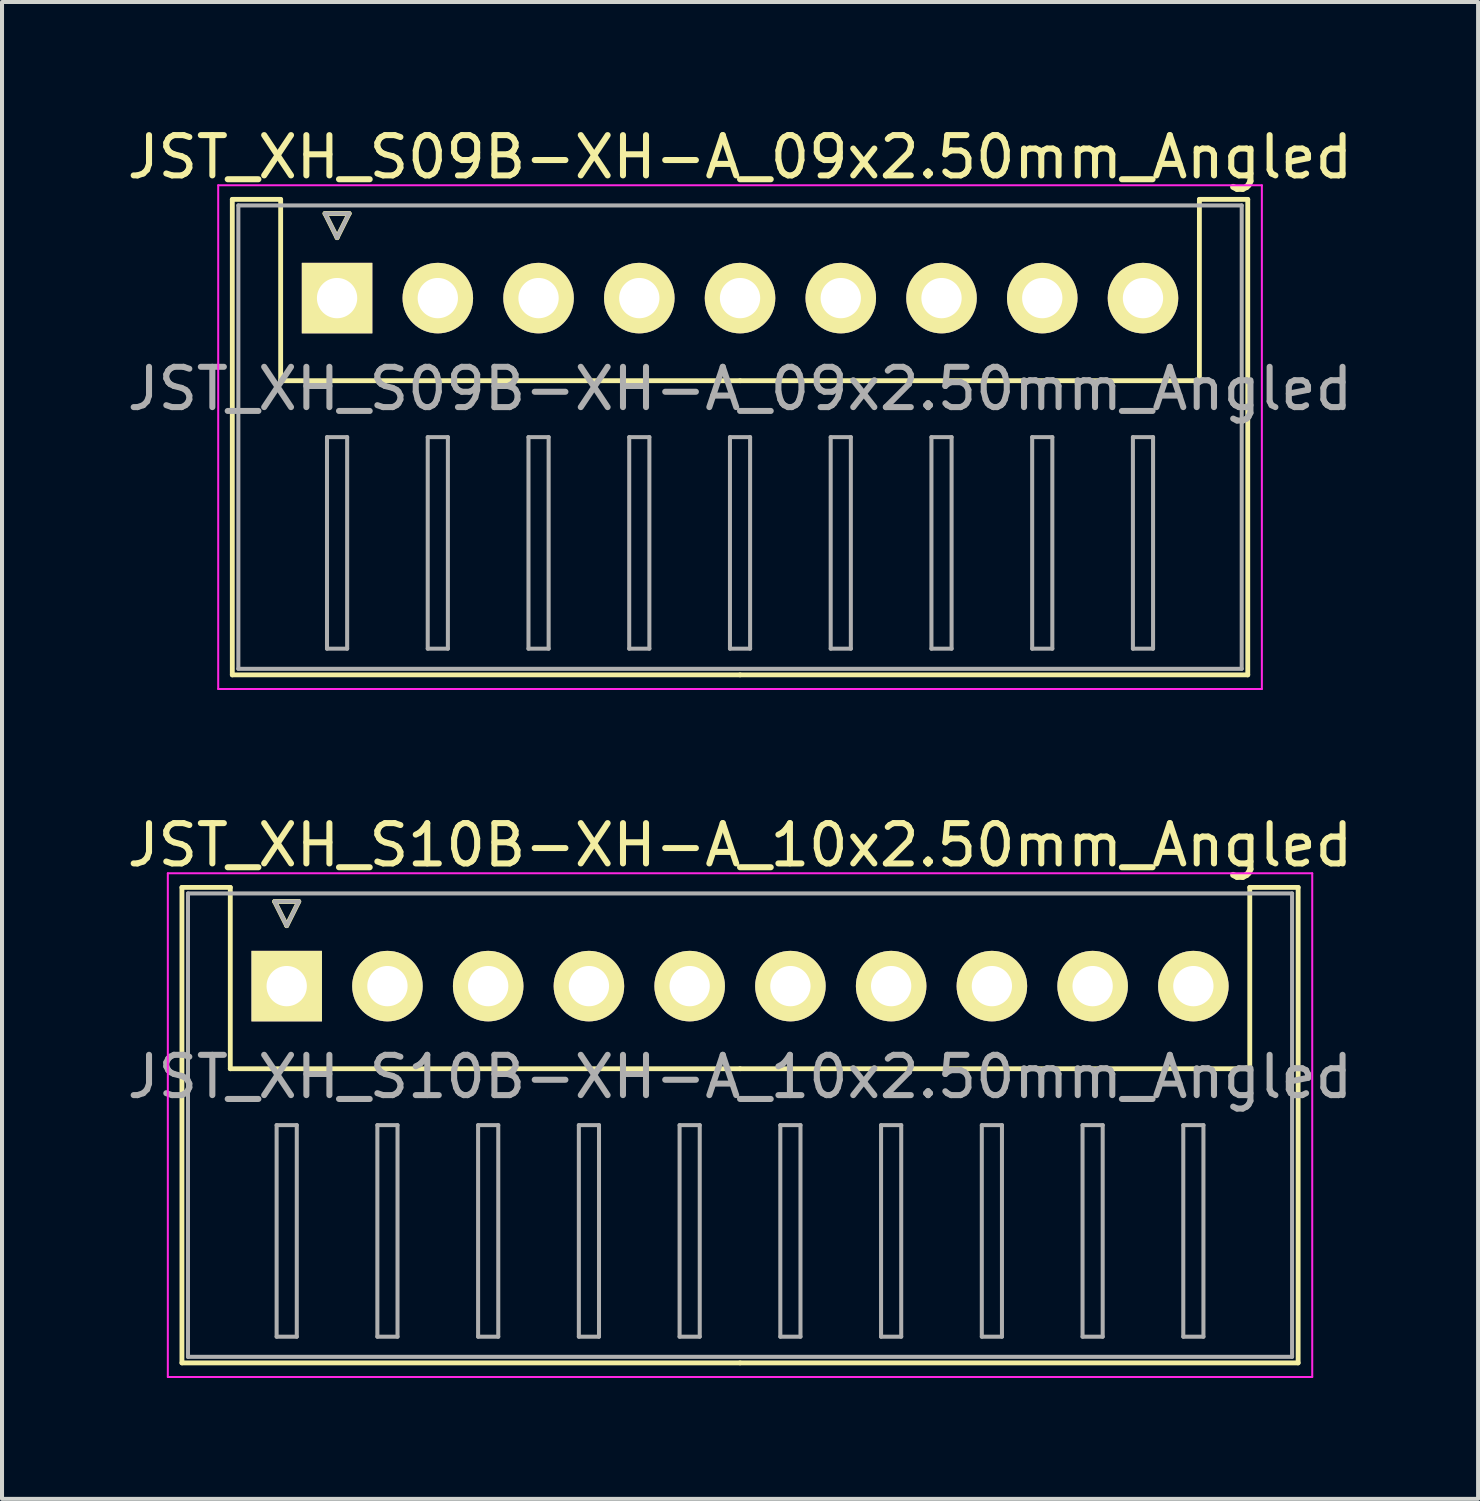
<source format=kicad_pcb>
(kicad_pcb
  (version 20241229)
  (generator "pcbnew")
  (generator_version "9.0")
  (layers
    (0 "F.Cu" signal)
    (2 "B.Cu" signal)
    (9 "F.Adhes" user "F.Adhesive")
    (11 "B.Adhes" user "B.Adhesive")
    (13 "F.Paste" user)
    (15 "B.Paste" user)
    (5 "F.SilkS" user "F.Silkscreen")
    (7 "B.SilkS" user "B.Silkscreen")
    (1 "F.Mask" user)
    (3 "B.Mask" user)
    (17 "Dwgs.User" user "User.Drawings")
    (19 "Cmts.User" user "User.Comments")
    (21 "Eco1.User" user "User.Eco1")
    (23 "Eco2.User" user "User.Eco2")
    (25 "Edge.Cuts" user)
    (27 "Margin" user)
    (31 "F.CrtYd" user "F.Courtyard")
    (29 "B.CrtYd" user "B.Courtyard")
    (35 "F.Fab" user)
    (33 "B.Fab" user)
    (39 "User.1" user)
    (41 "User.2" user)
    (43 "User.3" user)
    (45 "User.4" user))
  (footprint "JST_XH_S10B-XH-A_10x2.50mm_Angled"
    (layer "F.Cu")
    (at 4.065 21.422)
    (property "Reference" "JST_XH_S10B-XH-A_10x2.50mm_Angled" (at 11.25 -3.5 0) (layer "F.SilkS") (effects (font (size 1 1) (thickness 0.15))))
    (attr through_hole)
    (fp_line (start -2.6 -2.45) (end -1.4 -2.45) (stroke (width 0.12) (type solid)) (layer "F.SilkS"))
    (fp_line (start -2.6 9.35) (end -2.6 -2.45) (stroke (width 0.12) (type solid)) (layer "F.SilkS"))
    (fp_line (start -1.4 -2.45) (end -1.4 2.05) (stroke (width 0.12) (type solid)) (layer "F.SilkS"))
    (fp_line (start -1.4 2.05) (end 11.25 2.05) (stroke (width 0.12) (type solid)) (layer "F.SilkS"))
    (fp_line (start -0.3 -2.1) (end 0.3 -2.1) (stroke (width 0.12) (type solid)) (layer "F.SilkS"))
    (fp_line (start 0 -1.5) (end -0.3 -2.1) (stroke (width 0.12) (type solid)) (layer "F.SilkS"))
    (fp_line (start 0.3 -2.1) (end 0 -1.5) (stroke (width 0.12) (type solid)) (layer "F.SilkS"))
    (fp_line (start 11.25 9.35) (end -2.6 9.35) (stroke (width 0.12) (type solid)) (layer "F.SilkS"))
    (fp_line (start 11.25 9.35) (end 25.1 9.35) (stroke (width 0.12) (type solid)) (layer "F.SilkS"))
    (fp_line (start 23.9 -2.45) (end 23.9 2.05) (stroke (width 0.12) (type solid)) (layer "F.SilkS"))
    (fp_line (start 23.9 2.05) (end 11.25 2.05) (stroke (width 0.12) (type solid)) (layer "F.SilkS"))
    (fp_line (start 25.1 -2.45) (end 23.9 -2.45) (stroke (width 0.12) (type solid)) (layer "F.SilkS"))
    (fp_line (start 25.1 9.35) (end 25.1 -2.45) (stroke (width 0.12) (type solid)) (layer "F.SilkS"))
    (fp_line (start -2.95 -2.8) (end -2.95 9.7) (stroke (width 0.05) (type solid)) (layer "F.CrtYd"))
    (fp_line (start -2.95 9.7) (end 25.45 9.7) (stroke (width 0.05) (type solid)) (layer "F.CrtYd"))
    (fp_line (start 25.45 -2.8) (end -2.95 -2.8) (stroke (width 0.05) (type solid)) (layer "F.CrtYd"))
    (fp_line (start 25.45 9.7) (end 25.45 -2.8) (stroke (width 0.05) (type solid)) (layer "F.CrtYd"))
    (fp_line (start -2.45 -2.3) (end -2.45 9.2) (stroke (width 0.1) (type solid)) (layer "F.Fab"))
    (fp_line (start -2.45 9.2) (end 24.95 9.2) (stroke (width 0.1) (type solid)) (layer "F.Fab"))
    (fp_line (start -0.3 -2.1) (end 0.3 -2.1) (stroke (width 0.1) (type solid)) (layer "F.Fab"))
    (fp_line (start -0.25 3.45) (end -0.25 8.7) (stroke (width 0.1) (type solid)) (layer "F.Fab"))
    (fp_line (start -0.25 8.7) (end 0.25 8.7) (stroke (width 0.1) (type solid)) (layer "F.Fab"))
    (fp_line (start 0 -1.5) (end -0.3 -2.1) (stroke (width 0.1) (type solid)) (layer "F.Fab"))
    (fp_line (start 0.25 3.45) (end -0.25 3.45) (stroke (width 0.1) (type solid)) (layer "F.Fab"))
    (fp_line (start 0.25 8.7) (end 0.25 3.45) (stroke (width 0.1) (type solid)) (layer "F.Fab"))
    (fp_line (start 0.3 -2.1) (end 0 -1.5) (stroke (width 0.1) (type solid)) (layer "F.Fab"))
    (fp_line (start 2.25 3.45) (end 2.25 8.7) (stroke (width 0.1) (type solid)) (layer "F.Fab"))
    (fp_line (start 2.25 8.7) (end 2.75 8.7) (stroke (width 0.1) (type solid)) (layer "F.Fab"))
    (fp_line (start 2.75 3.45) (end 2.25 3.45) (stroke (width 0.1) (type solid)) (layer "F.Fab"))
    (fp_line (start 2.75 8.7) (end 2.75 3.45) (stroke (width 0.1) (type solid)) (layer "F.Fab"))
    (fp_line (start 4.75 3.45) (end 4.75 8.7) (stroke (width 0.1) (type solid)) (layer "F.Fab"))
    (fp_line (start 4.75 8.7) (end 5.25 8.7) (stroke (width 0.1) (type solid)) (layer "F.Fab"))
    (fp_line (start 5.25 3.45) (end 4.75 3.45) (stroke (width 0.1) (type solid)) (layer "F.Fab"))
    (fp_line (start 5.25 8.7) (end 5.25 3.45) (stroke (width 0.1) (type solid)) (layer "F.Fab"))
    (fp_line (start 7.25 3.45) (end 7.25 8.7) (stroke (width 0.1) (type solid)) (layer "F.Fab"))
    (fp_line (start 7.25 8.7) (end 7.75 8.7) (stroke (width 0.1) (type solid)) (layer "F.Fab"))
    (fp_line (start 7.75 3.45) (end 7.25 3.45) (stroke (width 0.1) (type solid)) (layer "F.Fab"))
    (fp_line (start 7.75 8.7) (end 7.75 3.45) (stroke (width 0.1) (type solid)) (layer "F.Fab"))
    (fp_line (start 9.75 3.45) (end 9.75 8.7) (stroke (width 0.1) (type solid)) (layer "F.Fab"))
    (fp_line (start 9.75 8.7) (end 10.25 8.7) (stroke (width 0.1) (type solid)) (layer "F.Fab"))
    (fp_line (start 10.25 3.45) (end 9.75 3.45) (stroke (width 0.1) (type solid)) (layer "F.Fab"))
    (fp_line (start 10.25 8.7) (end 10.25 3.45) (stroke (width 0.1) (type solid)) (layer "F.Fab"))
    (fp_line (start 12.25 3.45) (end 12.25 8.7) (stroke (width 0.1) (type solid)) (layer "F.Fab"))
    (fp_line (start 12.25 8.7) (end 12.75 8.7) (stroke (width 0.1) (type solid)) (layer "F.Fab"))
    (fp_line (start 12.75 3.45) (end 12.25 3.45) (stroke (width 0.1) (type solid)) (layer "F.Fab"))
    (fp_line (start 12.75 8.7) (end 12.75 3.45) (stroke (width 0.1) (type solid)) (layer "F.Fab"))
    (fp_line (start 14.75 3.45) (end 14.75 8.7) (stroke (width 0.1) (type solid)) (layer "F.Fab"))
    (fp_line (start 14.75 8.7) (end 15.25 8.7) (stroke (width 0.1) (type solid)) (layer "F.Fab"))
    (fp_line (start 15.25 3.45) (end 14.75 3.45) (stroke (width 0.1) (type solid)) (layer "F.Fab"))
    (fp_line (start 15.25 8.7) (end 15.25 3.45) (stroke (width 0.1) (type solid)) (layer "F.Fab"))
    (fp_line (start 17.25 3.45) (end 17.25 8.7) (stroke (width 0.1) (type solid)) (layer "F.Fab"))
    (fp_line (start 17.25 8.7) (end 17.75 8.7) (stroke (width 0.1) (type solid)) (layer "F.Fab"))
    (fp_line (start 17.75 3.45) (end 17.25 3.45) (stroke (width 0.1) (type solid)) (layer "F.Fab"))
    (fp_line (start 17.75 8.7) (end 17.75 3.45) (stroke (width 0.1) (type solid)) (layer "F.Fab"))
    (fp_line (start 19.75 3.45) (end 19.75 8.7) (stroke (width 0.1) (type solid)) (layer "F.Fab"))
    (fp_line (start 19.75 8.7) (end 20.25 8.7) (stroke (width 0.1) (type solid)) (layer "F.Fab"))
    (fp_line (start 20.25 3.45) (end 19.75 3.45) (stroke (width 0.1) (type solid)) (layer "F.Fab"))
    (fp_line (start 20.25 8.7) (end 20.25 3.45) (stroke (width 0.1) (type solid)) (layer "F.Fab"))
    (fp_line (start 22.25 3.45) (end 22.25 8.7) (stroke (width 0.1) (type solid)) (layer "F.Fab"))
    (fp_line (start 22.25 8.7) (end 22.75 8.7) (stroke (width 0.1) (type solid)) (layer "F.Fab"))
    (fp_line (start 22.75 3.45) (end 22.25 3.45) (stroke (width 0.1) (type solid)) (layer "F.Fab"))
    (fp_line (start 22.75 8.7) (end 22.75 3.45) (stroke (width 0.1) (type solid)) (layer "F.Fab"))
    (fp_line (start 24.95 -2.3) (end -2.45 -2.3) (stroke (width 0.1) (type solid)) (layer "F.Fab"))
    (fp_line (start 24.95 9.2) (end 24.95 -2.3) (stroke (width 0.1) (type solid)) (layer "F.Fab"))
    (fp_text user "${REFERENCE}" (at 11.25 2.25 0) (layer "F.Fab") (effects (font (size 1 1) (thickness 0.15))))
    (pad "1" thru_hole rect (at 0 0) (size 1.75 1.75) (drill 1) (layers "*.Cu" "*.Mask" "F.SilkS"))
    (pad "2" thru_hole circle (at 2.5 0) (size 1.75 1.75) (drill 1) (layers "*.Cu" "*.Mask" "F.SilkS"))
    (pad "3" thru_hole circle (at 5 0) (size 1.75 1.75) (drill 1) (layers "*.Cu" "*.Mask" "F.SilkS"))
    (pad "4" thru_hole circle (at 7.5 0) (size 1.75 1.75) (drill 1) (layers "*.Cu" "*.Mask" "F.SilkS"))
    (pad "5" thru_hole circle (at 10 0) (size 1.75 1.75) (drill 1) (layers "*.Cu" "*.Mask" "F.SilkS"))
    (pad "6" thru_hole circle (at 12.5 0) (size 1.75 1.75) (drill 1) (layers "*.Cu" "*.Mask" "F.SilkS"))
    (pad "7" thru_hole circle (at 15 0) (size 1.75 1.75) (drill 1) (layers "*.Cu" "*.Mask" "F.SilkS"))
    (pad "8" thru_hole circle (at 17.5 0) (size 1.75 1.75) (drill 1) (layers "*.Cu" "*.Mask" "F.SilkS"))
    (pad "9" thru_hole circle (at 20 0) (size 1.75 1.75) (drill 1) (layers "*.Cu" "*.Mask" "F.SilkS"))
    (pad "10" thru_hole circle (at 22.5 0) (size 1.75 1.75) (drill 1) (layers "*.Cu" "*.Mask" "F.SilkS")))
  (footprint "JST_XH_S09B-XH-A_09x2.50mm_Angled"
    (layer "F.Cu")
    (at 5.315 4.348)
    (property "Reference" "JST_XH_S09B-XH-A_09x2.50mm_Angled" (at 10 -3.5 0) (layer "F.SilkS") (effects (font (size 1 1) (thickness 0.15))))
    (attr through_hole)
    (fp_line (start -2.6 -2.45) (end -1.4 -2.45) (stroke (width 0.12) (type solid)) (layer "F.SilkS"))
    (fp_line (start -2.6 9.35) (end -2.6 -2.45) (stroke (width 0.12) (type solid)) (layer "F.SilkS"))
    (fp_line (start -1.4 -2.45) (end -1.4 2.05) (stroke (width 0.12) (type solid)) (layer "F.SilkS"))
    (fp_line (start -1.4 2.05) (end 10 2.05) (stroke (width 0.12) (type solid)) (layer "F.SilkS"))
    (fp_line (start -0.3 -2.1) (end 0.3 -2.1) (stroke (width 0.12) (type solid)) (layer "F.SilkS"))
    (fp_line (start 0 -1.5) (end -0.3 -2.1) (stroke (width 0.12) (type solid)) (layer "F.SilkS"))
    (fp_line (start 0.3 -2.1) (end 0 -1.5) (stroke (width 0.12) (type solid)) (layer "F.SilkS"))
    (fp_line (start 10 9.35) (end -2.6 9.35) (stroke (width 0.12) (type solid)) (layer "F.SilkS"))
    (fp_line (start 10 9.35) (end 22.6 9.35) (stroke (width 0.12) (type solid)) (layer "F.SilkS"))
    (fp_line (start 21.4 -2.45) (end 21.4 2.05) (stroke (width 0.12) (type solid)) (layer "F.SilkS"))
    (fp_line (start 21.4 2.05) (end 10 2.05) (stroke (width 0.12) (type solid)) (layer "F.SilkS"))
    (fp_line (start 22.6 -2.45) (end 21.4 -2.45) (stroke (width 0.12) (type solid)) (layer "F.SilkS"))
    (fp_line (start 22.6 9.35) (end 22.6 -2.45) (stroke (width 0.12) (type solid)) (layer "F.SilkS"))
    (fp_line (start -2.95 -2.8) (end -2.95 9.7) (stroke (width 0.05) (type solid)) (layer "F.CrtYd"))
    (fp_line (start -2.95 9.7) (end 22.95 9.7) (stroke (width 0.05) (type solid)) (layer "F.CrtYd"))
    (fp_line (start 22.95 -2.8) (end -2.95 -2.8) (stroke (width 0.05) (type solid)) (layer "F.CrtYd"))
    (fp_line (start 22.95 9.7) (end 22.95 -2.8) (stroke (width 0.05) (type solid)) (layer "F.CrtYd"))
    (fp_line (start -2.45 -2.3) (end -2.45 9.2) (stroke (width 0.1) (type solid)) (layer "F.Fab"))
    (fp_line (start -2.45 9.2) (end 22.45 9.2) (stroke (width 0.1) (type solid)) (layer "F.Fab"))
    (fp_line (start -0.3 -2.1) (end 0.3 -2.1) (stroke (width 0.1) (type solid)) (layer "F.Fab"))
    (fp_line (start -0.25 3.45) (end -0.25 8.7) (stroke (width 0.1) (type solid)) (layer "F.Fab"))
    (fp_line (start -0.25 8.7) (end 0.25 8.7) (stroke (width 0.1) (type solid)) (layer "F.Fab"))
    (fp_line (start 0 -1.5) (end -0.3 -2.1) (stroke (width 0.1) (type solid)) (layer "F.Fab"))
    (fp_line (start 0.25 3.45) (end -0.25 3.45) (stroke (width 0.1) (type solid)) (layer "F.Fab"))
    (fp_line (start 0.25 8.7) (end 0.25 3.45) (stroke (width 0.1) (type solid)) (layer "F.Fab"))
    (fp_line (start 0.3 -2.1) (end 0 -1.5) (stroke (width 0.1) (type solid)) (layer "F.Fab"))
    (fp_line (start 2.25 3.45) (end 2.25 8.7) (stroke (width 0.1) (type solid)) (layer "F.Fab"))
    (fp_line (start 2.25 8.7) (end 2.75 8.7) (stroke (width 0.1) (type solid)) (layer "F.Fab"))
    (fp_line (start 2.75 3.45) (end 2.25 3.45) (stroke (width 0.1) (type solid)) (layer "F.Fab"))
    (fp_line (start 2.75 8.7) (end 2.75 3.45) (stroke (width 0.1) (type solid)) (layer "F.Fab"))
    (fp_line (start 4.75 3.45) (end 4.75 8.7) (stroke (width 0.1) (type solid)) (layer "F.Fab"))
    (fp_line (start 4.75 8.7) (end 5.25 8.7) (stroke (width 0.1) (type solid)) (layer "F.Fab"))
    (fp_line (start 5.25 3.45) (end 4.75 3.45) (stroke (width 0.1) (type solid)) (layer "F.Fab"))
    (fp_line (start 5.25 8.7) (end 5.25 3.45) (stroke (width 0.1) (type solid)) (layer "F.Fab"))
    (fp_line (start 7.25 3.45) (end 7.25 8.7) (stroke (width 0.1) (type solid)) (layer "F.Fab"))
    (fp_line (start 7.25 8.7) (end 7.75 8.7) (stroke (width 0.1) (type solid)) (layer "F.Fab"))
    (fp_line (start 7.75 3.45) (end 7.25 3.45) (stroke (width 0.1) (type solid)) (layer "F.Fab"))
    (fp_line (start 7.75 8.7) (end 7.75 3.45) (stroke (width 0.1) (type solid)) (layer "F.Fab"))
    (fp_line (start 9.75 3.45) (end 9.75 8.7) (stroke (width 0.1) (type solid)) (layer "F.Fab"))
    (fp_line (start 9.75 8.7) (end 10.25 8.7) (stroke (width 0.1) (type solid)) (layer "F.Fab"))
    (fp_line (start 10.25 3.45) (end 9.75 3.45) (stroke (width 0.1) (type solid)) (layer "F.Fab"))
    (fp_line (start 10.25 8.7) (end 10.25 3.45) (stroke (width 0.1) (type solid)) (layer "F.Fab"))
    (fp_line (start 12.25 3.45) (end 12.25 8.7) (stroke (width 0.1) (type solid)) (layer "F.Fab"))
    (fp_line (start 12.25 8.7) (end 12.75 8.7) (stroke (width 0.1) (type solid)) (layer "F.Fab"))
    (fp_line (start 12.75 3.45) (end 12.25 3.45) (stroke (width 0.1) (type solid)) (layer "F.Fab"))
    (fp_line (start 12.75 8.7) (end 12.75 3.45) (stroke (width 0.1) (type solid)) (layer "F.Fab"))
    (fp_line (start 14.75 3.45) (end 14.75 8.7) (stroke (width 0.1) (type solid)) (layer "F.Fab"))
    (fp_line (start 14.75 8.7) (end 15.25 8.7) (stroke (width 0.1) (type solid)) (layer "F.Fab"))
    (fp_line (start 15.25 3.45) (end 14.75 3.45) (stroke (width 0.1) (type solid)) (layer "F.Fab"))
    (fp_line (start 15.25 8.7) (end 15.25 3.45) (stroke (width 0.1) (type solid)) (layer "F.Fab"))
    (fp_line (start 17.25 3.45) (end 17.25 8.7) (stroke (width 0.1) (type solid)) (layer "F.Fab"))
    (fp_line (start 17.25 8.7) (end 17.75 8.7) (stroke (width 0.1) (type solid)) (layer "F.Fab"))
    (fp_line (start 17.75 3.45) (end 17.25 3.45) (stroke (width 0.1) (type solid)) (layer "F.Fab"))
    (fp_line (start 17.75 8.7) (end 17.75 3.45) (stroke (width 0.1) (type solid)) (layer "F.Fab"))
    (fp_line (start 19.75 3.45) (end 19.75 8.7) (stroke (width 0.1) (type solid)) (layer "F.Fab"))
    (fp_line (start 19.75 8.7) (end 20.25 8.7) (stroke (width 0.1) (type solid)) (layer "F.Fab"))
    (fp_line (start 20.25 3.45) (end 19.75 3.45) (stroke (width 0.1) (type solid)) (layer "F.Fab"))
    (fp_line (start 20.25 8.7) (end 20.25 3.45) (stroke (width 0.1) (type solid)) (layer "F.Fab"))
    (fp_line (start 22.45 -2.3) (end -2.45 -2.3) (stroke (width 0.1) (type solid)) (layer "F.Fab"))
    (fp_line (start 22.45 9.2) (end 22.45 -2.3) (stroke (width 0.1) (type solid)) (layer "F.Fab"))
    (fp_text user "${REFERENCE}" (at 10 2.25 0) (layer "F.Fab") (effects (font (size 1 1) (thickness 0.15))))
    (pad "1" thru_hole rect (at 0 0) (size 1.75 1.75) (drill 1) (layers "*.Cu" "*.Mask" "F.SilkS"))
    (pad "2" thru_hole circle (at 2.5 0) (size 1.75 1.75) (drill 1) (layers "*.Cu" "*.Mask" "F.SilkS"))
    (pad "3" thru_hole circle (at 5 0) (size 1.75 1.75) (drill 1) (layers "*.Cu" "*.Mask" "F.SilkS"))
    (pad "4" thru_hole circle (at 7.5 0) (size 1.75 1.75) (drill 1) (layers "*.Cu" "*.Mask" "F.SilkS"))
    (pad "5" thru_hole circle (at 10 0) (size 1.75 1.75) (drill 1) (layers "*.Cu" "*.Mask" "F.SilkS"))
    (pad "6" thru_hole circle (at 12.5 0) (size 1.75 1.75) (drill 1) (layers "*.Cu" "*.Mask" "F.SilkS"))
    (pad "7" thru_hole circle (at 15 0) (size 1.75 1.75) (drill 1) (layers "*.Cu" "*.Mask" "F.SilkS"))
    (pad "8" thru_hole circle (at 17.5 0) (size 1.75 1.75) (drill 1) (layers "*.Cu" "*.Mask" "F.SilkS"))
    (pad "9" thru_hole circle (at 20 0) (size 1.75 1.75) (drill 1) (layers "*.Cu" "*.Mask" "F.SilkS")))
  (gr_rect
    (start -3 -3)
    (end 33.631 34.147)
    (stroke (width 0.1) (type default))
    (fill no)
    (layer "Edge.Cuts")))
</source>
